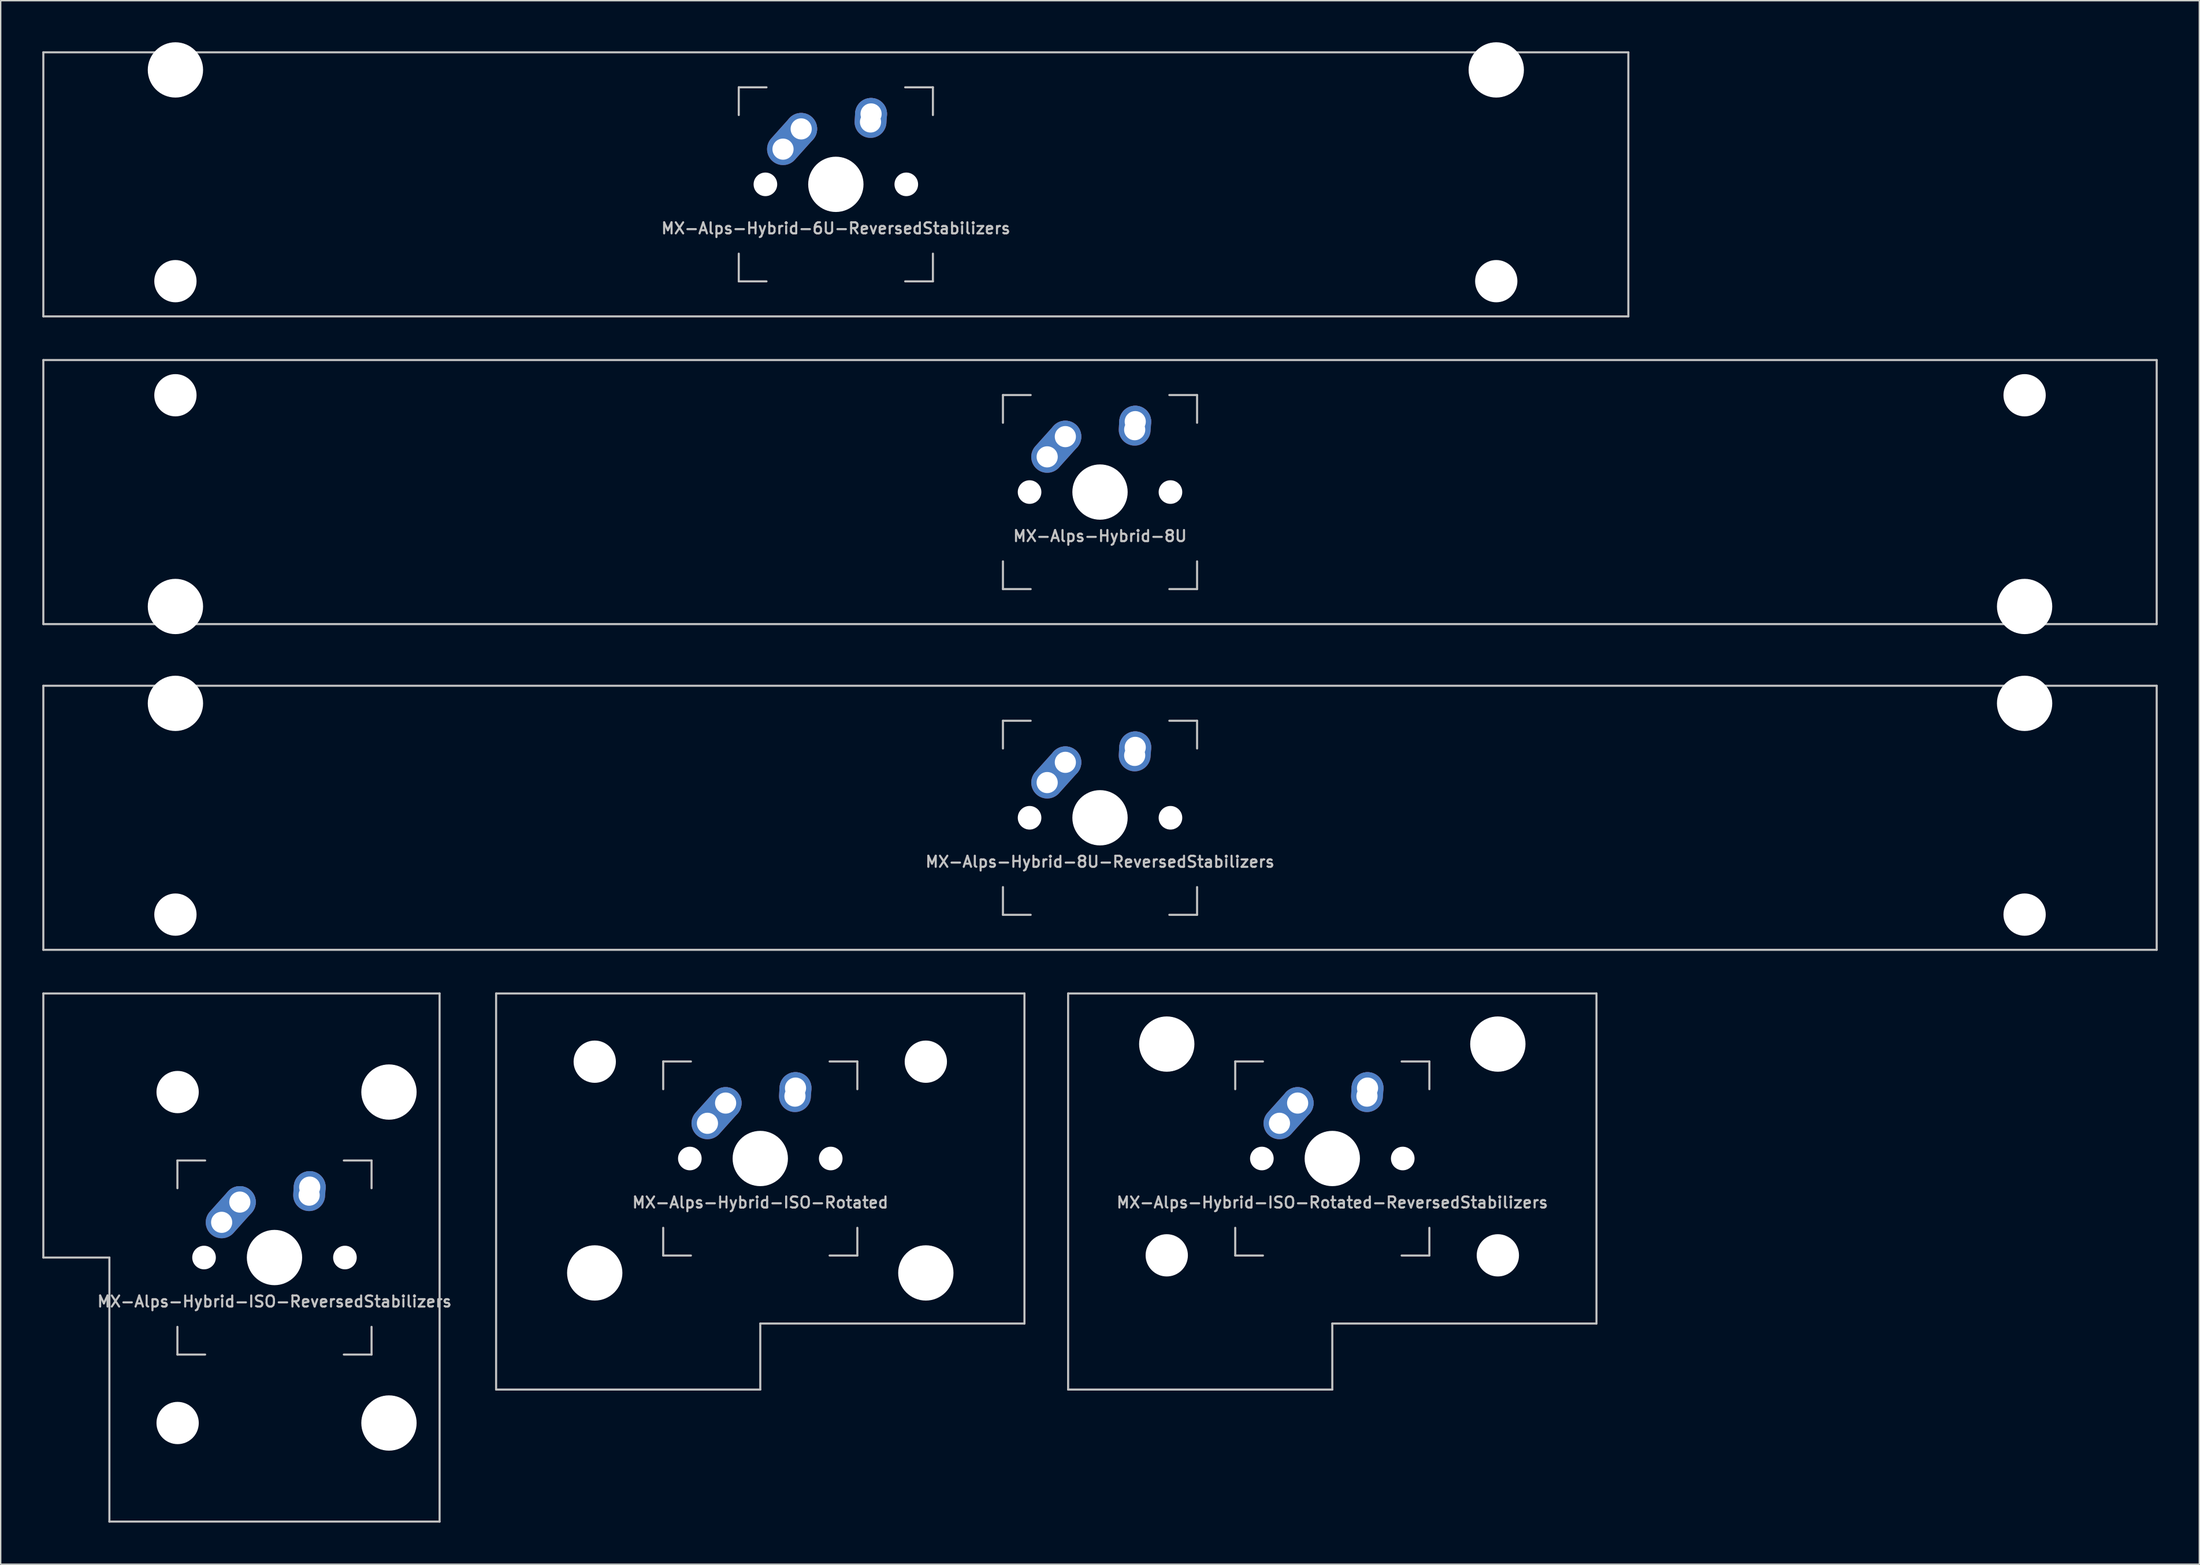
<source format=kicad_pcb>
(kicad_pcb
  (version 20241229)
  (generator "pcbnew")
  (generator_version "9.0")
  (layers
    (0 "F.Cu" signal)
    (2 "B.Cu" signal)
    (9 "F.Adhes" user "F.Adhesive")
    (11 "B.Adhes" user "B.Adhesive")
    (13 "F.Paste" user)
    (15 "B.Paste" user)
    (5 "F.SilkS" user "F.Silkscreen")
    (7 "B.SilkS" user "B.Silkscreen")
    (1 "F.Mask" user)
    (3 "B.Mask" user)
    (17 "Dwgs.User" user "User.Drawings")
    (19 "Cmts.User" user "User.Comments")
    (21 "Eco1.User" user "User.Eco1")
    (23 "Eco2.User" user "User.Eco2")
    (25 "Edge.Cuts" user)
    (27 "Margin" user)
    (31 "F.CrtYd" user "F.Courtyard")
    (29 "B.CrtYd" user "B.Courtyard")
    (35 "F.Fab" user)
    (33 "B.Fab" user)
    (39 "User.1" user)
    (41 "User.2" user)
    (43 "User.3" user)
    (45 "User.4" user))
  (footprint "MX-Alps-Hybrid-8U"
    (layer "F.Cu")
    (at 76.275 32.449)
    (property "Reference" "MX-Alps-Hybrid-8U" (at 0 3.175 0) (layer "Dwgs.User") (effects (font (size 0.8 0.8) (thickness 0.15))))
    (attr through_hole)
    (fp_line (start -76.2 9.525) (end -76.2 -9.525) (stroke (width 0.15) (type solid)) (layer "Dwgs.User"))
    (fp_line (start -7 -7) (end -7 -5) (stroke (width 0.15) (type solid)) (layer "Dwgs.User"))
    (fp_line (start -7 5) (end -7 7) (stroke (width 0.15) (type solid)) (layer "Dwgs.User"))
    (fp_line (start -7 7) (end -5 7) (stroke (width 0.15) (type solid)) (layer "Dwgs.User"))
    (fp_line (start -5 -7) (end -7 -7) (stroke (width 0.15) (type solid)) (layer "Dwgs.User"))
    (fp_line (start 5 -7) (end 7 -7) (stroke (width 0.15) (type solid)) (layer "Dwgs.User"))
    (fp_line (start 5 7) (end 7 7) (stroke (width 0.15) (type solid)) (layer "Dwgs.User"))
    (fp_line (start 7 -7) (end 7 -5) (stroke (width 0.15) (type solid)) (layer "Dwgs.User"))
    (fp_line (start 7 7) (end 7 5) (stroke (width 0.15) (type solid)) (layer "Dwgs.User"))
    (fp_line (start 76.2 -9.525) (end -76.2 -9.525) (stroke (width 0.15) (type solid)) (layer "Dwgs.User"))
    (fp_line (start 76.2 9.525) (end -76.2 9.525) (stroke (width 0.15) (type solid)) (layer "Dwgs.User"))
    (fp_line (start 76.2 9.525) (end 76.2 -9.525) (stroke (width 0.15) (type solid)) (layer "Dwgs.User"))
    (pad "" np_thru_hole circle (at -66.675 -6.985) (size 3.048 3.048) (drill 3.048) (layers "*.Cu" "*.Mask"))
    (pad "" np_thru_hole circle (at -66.675 8.255) (size 3.988 3.988) (drill 3.988) (layers "*.Cu" "*.Mask"))
    (pad "" np_thru_hole circle (at -5.08 0 48.099) (size 1.702 1.702) (drill 1.702) (layers "*.Cu" "*.Mask"))
    (pad "" np_thru_hole circle (at 0 0) (size 3.988 3.988) (drill 3.988) (layers "*.Cu" "*.Mask"))
    (pad "" np_thru_hole circle (at 5.08 0 48.099) (size 1.702 1.702) (drill 1.702) (layers "*.Cu" "*.Mask"))
    (pad "" np_thru_hole circle (at 66.675 -6.985) (size 3.048 3.048) (drill 3.048) (layers "*.Cu" "*.Mask"))
    (pad "" np_thru_hole circle (at 66.675 8.255) (size 3.988 3.988) (drill 3.988) (layers "*.Cu" "*.Mask"))
    (pad "1" thru_hole oval (at -3.81 -2.54 48.099) (size 4.262 2.3) (drill 1.524 (offset 0.981 0)) (layers "*.Cu" "B.Mask"))
    (pad "1" thru_hole circle (at -2.5 -4) (size 2.3 2.3) (drill 1.524) (layers "*.Cu" "B.Mask"))
    (pad "2" thru_hole oval (at 2.5 -4.5 86.054) (size 2.881 2.3) (drill 1.524 (offset 0.291 0)) (layers "*.Cu" "B.Mask"))
    (pad "2" thru_hole circle (at 2.54 -5.08) (size 2.3 2.3) (drill 1.524) (layers "*.Cu" "B.Mask")))
  (footprint "MX-Alps-Hybrid-8U-ReversedStabilizers"
    (layer "F.Cu")
    (at 76.275 55.947)
    (property "Reference" "MX-Alps-Hybrid-8U-ReversedStabilizers" (at 0 3.175 0) (layer "Dwgs.User") (effects (font (size 0.8 0.8) (thickness 0.15))))
    (attr through_hole)
    (fp_line (start -76.2 9.525) (end -76.2 -9.525) (stroke (width 0.15) (type solid)) (layer "Dwgs.User"))
    (fp_line (start -7 -7) (end -7 -5) (stroke (width 0.15) (type solid)) (layer "Dwgs.User"))
    (fp_line (start -7 5) (end -7 7) (stroke (width 0.15) (type solid)) (layer "Dwgs.User"))
    (fp_line (start -7 7) (end -5 7) (stroke (width 0.15) (type solid)) (layer "Dwgs.User"))
    (fp_line (start -5 -7) (end -7 -7) (stroke (width 0.15) (type solid)) (layer "Dwgs.User"))
    (fp_line (start 5 -7) (end 7 -7) (stroke (width 0.15) (type solid)) (layer "Dwgs.User"))
    (fp_line (start 5 7) (end 7 7) (stroke (width 0.15) (type solid)) (layer "Dwgs.User"))
    (fp_line (start 7 -7) (end 7 -5) (stroke (width 0.15) (type solid)) (layer "Dwgs.User"))
    (fp_line (start 7 7) (end 7 5) (stroke (width 0.15) (type solid)) (layer "Dwgs.User"))
    (fp_line (start 76.2 -9.525) (end -76.2 -9.525) (stroke (width 0.15) (type solid)) (layer "Dwgs.User"))
    (fp_line (start 76.2 9.525) (end -76.2 9.525) (stroke (width 0.15) (type solid)) (layer "Dwgs.User"))
    (fp_line (start 76.2 9.525) (end 76.2 -9.525) (stroke (width 0.15) (type solid)) (layer "Dwgs.User"))
    (pad "" np_thru_hole circle (at -66.675 -8.255) (size 3.988 3.988) (drill 3.988) (layers "*.Cu" "*.Mask"))
    (pad "" np_thru_hole circle (at -66.675 6.985) (size 3.048 3.048) (drill 3.048) (layers "*.Cu" "*.Mask"))
    (pad "" np_thru_hole circle (at -5.08 0 48.099) (size 1.702 1.702) (drill 1.702) (layers "*.Cu" "*.Mask"))
    (pad "" np_thru_hole circle (at 0 0) (size 3.988 3.988) (drill 3.988) (layers "*.Cu" "*.Mask"))
    (pad "" np_thru_hole circle (at 5.08 0 48.099) (size 1.702 1.702) (drill 1.702) (layers "*.Cu" "*.Mask"))
    (pad "" np_thru_hole circle (at 66.675 -8.255) (size 3.988 3.988) (drill 3.988) (layers "*.Cu" "*.Mask"))
    (pad "" np_thru_hole circle (at 66.675 6.985) (size 3.048 3.048) (drill 3.048) (layers "*.Cu" "*.Mask"))
    (pad "1" thru_hole oval (at -3.81 -2.54 48.099) (size 4.262 2.3) (drill 1.524 (offset 0.981 0)) (layers "*.Cu" "B.Mask"))
    (pad "1" thru_hole circle (at -2.5 -4) (size 2.3 2.3) (drill 1.524) (layers "*.Cu" "B.Mask"))
    (pad "2" thru_hole oval (at 2.5 -4.5 86.054) (size 2.881 2.3) (drill 1.524 (offset 0.291 0)) (layers "*.Cu" "B.Mask"))
    (pad "2" thru_hole circle (at 2.54 -5.08) (size 2.3 2.3) (drill 1.524) (layers "*.Cu" "B.Mask")))
  (footprint "MX-Alps-Hybrid-ISO-Rotated-ReversedStabilizers"
    (layer "F.Cu")
    (at 93.026 80.528)
    (property "Reference" "MX-Alps-Hybrid-ISO-Rotated-ReversedStabilizers" (at 0 3.175 0) (layer "Dwgs.User") (effects (font (size 0.8 0.8) (thickness 0.15))))
    (attr through_hole)
    (fp_line (start -19.05 -11.906) (end 19.05 -11.906) (stroke (width 0.15) (type solid)) (layer "Dwgs.User"))
    (fp_line (start -19.05 16.669) (end -19.05 -11.906) (stroke (width 0.15) (type solid)) (layer "Dwgs.User"))
    (fp_line (start -19.05 16.669) (end 0 16.669) (stroke (width 0.15) (type solid)) (layer "Dwgs.User"))
    (fp_line (start -7 -7) (end -7 -5) (stroke (width 0.15) (type solid)) (layer "Dwgs.User"))
    (fp_line (start -7 5) (end -7 7) (stroke (width 0.15) (type solid)) (layer "Dwgs.User"))
    (fp_line (start -7 7) (end -5 7) (stroke (width 0.15) (type solid)) (layer "Dwgs.User"))
    (fp_line (start -5 -7) (end -7 -7) (stroke (width 0.15) (type solid)) (layer "Dwgs.User"))
    (fp_line (start 0 11.906) (end 0 16.669) (stroke (width 0.15) (type solid)) (layer "Dwgs.User"))
    (fp_line (start 5 -7) (end 7 -7) (stroke (width 0.15) (type solid)) (layer "Dwgs.User"))
    (fp_line (start 5 7) (end 7 7) (stroke (width 0.15) (type solid)) (layer "Dwgs.User"))
    (fp_line (start 7 -7) (end 7 -5) (stroke (width 0.15) (type solid)) (layer "Dwgs.User"))
    (fp_line (start 7 7) (end 7 5) (stroke (width 0.15) (type solid)) (layer "Dwgs.User"))
    (fp_line (start 19.05 11.906) (end 0 11.906) (stroke (width 0.15) (type solid)) (layer "Dwgs.User"))
    (fp_line (start 19.05 11.906) (end 19.05 -11.906) (stroke (width 0.15) (type solid)) (layer "Dwgs.User"))
    (pad "" np_thru_hole circle (at -11.938 -8.255) (size 3.988 3.988) (drill 3.988) (layers "*.Cu" "*.Mask"))
    (pad "" np_thru_hole circle (at -11.938 6.985) (size 3.048 3.048) (drill 3.048) (layers "*.Cu" "*.Mask"))
    (pad "" np_thru_hole circle (at -5.08 0 48.099) (size 1.702 1.702) (drill 1.702) (layers "*.Cu" "*.Mask"))
    (pad "" np_thru_hole circle (at 0 0) (size 3.988 3.988) (drill 3.988) (layers "*.Cu" "*.Mask"))
    (pad "" np_thru_hole circle (at 5.08 0 48.099) (size 1.702 1.702) (drill 1.702) (layers "*.Cu" "*.Mask"))
    (pad "" np_thru_hole circle (at 11.938 -8.255) (size 3.988 3.988) (drill 3.988) (layers "*.Cu" "*.Mask"))
    (pad "" np_thru_hole circle (at 11.938 6.985) (size 3.048 3.048) (drill 3.048) (layers "*.Cu" "*.Mask"))
    (pad "1" thru_hole oval (at -3.81 -2.54 48.099) (size 4.262 2.3) (drill 1.524 (offset 0.981 0)) (layers "*.Cu" "B.Mask"))
    (pad "1" thru_hole circle (at -2.5 -4) (size 2.3 2.3) (drill 1.524) (layers "*.Cu" "B.Mask"))
    (pad "2" thru_hole oval (at 2.5 -4.5 86.054) (size 2.881 2.3) (drill 1.524 (offset 0.291 0)) (layers "*.Cu" "B.Mask"))
    (pad "2" thru_hole circle (at 2.54 -5.08) (size 2.3 2.3) (drill 1.524) (layers "*.Cu" "B.Mask")))
  (footprint "MX-Alps-Hybrid-6U-ReversedStabilizers"
    (layer "F.Cu")
    (at 57.225 10.249)
    (property "Reference" "MX-Alps-Hybrid-6U-ReversedStabilizers" (at 0 3.175 0) (layer "Dwgs.User") (effects (font (size 0.8 0.8) (thickness 0.15))))
    (attr through_hole)
    (fp_line (start -57.15 9.525) (end -57.15 -9.525) (stroke (width 0.15) (type solid)) (layer "Dwgs.User"))
    (fp_line (start -7 -7) (end -7 -5) (stroke (width 0.15) (type solid)) (layer "Dwgs.User"))
    (fp_line (start -7 5) (end -7 7) (stroke (width 0.15) (type solid)) (layer "Dwgs.User"))
    (fp_line (start -7 7) (end -5 7) (stroke (width 0.15) (type solid)) (layer "Dwgs.User"))
    (fp_line (start -5 -7) (end -7 -7) (stroke (width 0.15) (type solid)) (layer "Dwgs.User"))
    (fp_line (start 5 -7) (end 7 -7) (stroke (width 0.15) (type solid)) (layer "Dwgs.User"))
    (fp_line (start 5 7) (end 7 7) (stroke (width 0.15) (type solid)) (layer "Dwgs.User"))
    (fp_line (start 7 -7) (end 7 -5) (stroke (width 0.15) (type solid)) (layer "Dwgs.User"))
    (fp_line (start 7 7) (end 7 5) (stroke (width 0.15) (type solid)) (layer "Dwgs.User"))
    (fp_line (start 57.15 -9.525) (end -57.15 -9.525) (stroke (width 0.15) (type solid)) (layer "Dwgs.User"))
    (fp_line (start 57.15 9.525) (end -57.15 9.525) (stroke (width 0.15) (type solid)) (layer "Dwgs.User"))
    (fp_line (start 57.15 9.525) (end 57.15 -9.525) (stroke (width 0.15) (type solid)) (layer "Dwgs.User"))
    (pad "" np_thru_hole circle (at -47.625 -8.255) (size 3.988 3.988) (drill 3.988) (layers "*.Cu" "*.Mask"))
    (pad "" np_thru_hole circle (at -47.625 6.985) (size 3.048 3.048) (drill 3.048) (layers "*.Cu" "*.Mask"))
    (pad "" np_thru_hole circle (at -5.08 0 48.099) (size 1.702 1.702) (drill 1.702) (layers "*.Cu" "*.Mask"))
    (pad "" np_thru_hole circle (at 0 0) (size 3.988 3.988) (drill 3.988) (layers "*.Cu" "*.Mask"))
    (pad "" np_thru_hole circle (at 5.08 0 48.099) (size 1.702 1.702) (drill 1.702) (layers "*.Cu" "*.Mask"))
    (pad "" np_thru_hole circle (at 47.625 -8.255) (size 3.988 3.988) (drill 3.988) (layers "*.Cu" "*.Mask"))
    (pad "" np_thru_hole circle (at 47.625 6.985) (size 3.048 3.048) (drill 3.048) (layers "*.Cu" "*.Mask"))
    (pad "1" thru_hole oval (at -3.81 -2.54 48.099) (size 4.262 2.3) (drill 1.524 (offset 0.981 0)) (layers "*.Cu" "B.Mask"))
    (pad "1" thru_hole circle (at -2.5 -4) (size 2.3 2.3) (drill 1.524) (layers "*.Cu" "B.Mask"))
    (pad "2" thru_hole oval (at 2.5 -4.5 86.054) (size 2.881 2.3) (drill 1.524 (offset 0.291 0)) (layers "*.Cu" "B.Mask"))
    (pad "2" thru_hole circle (at 2.54 -5.08) (size 2.3 2.3) (drill 1.524) (layers "*.Cu" "B.Mask")))
  (footprint "MX-Alps-Hybrid-ISO-Rotated"
    (layer "F.Cu")
    (at 51.776 80.528)
    (property "Reference" "MX-Alps-Hybrid-ISO-Rotated" (at 0 3.175 0) (layer "Dwgs.User") (effects (font (size 0.8 0.8) (thickness 0.15))))
    (attr through_hole)
    (fp_line (start -19.05 -11.906) (end 19.05 -11.906) (stroke (width 0.15) (type solid)) (layer "Dwgs.User"))
    (fp_line (start -19.05 16.669) (end -19.05 -11.906) (stroke (width 0.15) (type solid)) (layer "Dwgs.User"))
    (fp_line (start -19.05 16.669) (end 0 16.669) (stroke (width 0.15) (type solid)) (layer "Dwgs.User"))
    (fp_line (start -7 -7) (end -7 -5) (stroke (width 0.15) (type solid)) (layer "Dwgs.User"))
    (fp_line (start -7 5) (end -7 7) (stroke (width 0.15) (type solid)) (layer "Dwgs.User"))
    (fp_line (start -7 7) (end -5 7) (stroke (width 0.15) (type solid)) (layer "Dwgs.User"))
    (fp_line (start -5 -7) (end -7 -7) (stroke (width 0.15) (type solid)) (layer "Dwgs.User"))
    (fp_line (start 0 11.906) (end 0 16.669) (stroke (width 0.15) (type solid)) (layer "Dwgs.User"))
    (fp_line (start 5 -7) (end 7 -7) (stroke (width 0.15) (type solid)) (layer "Dwgs.User"))
    (fp_line (start 5 7) (end 7 7) (stroke (width 0.15) (type solid)) (layer "Dwgs.User"))
    (fp_line (start 7 -7) (end 7 -5) (stroke (width 0.15) (type solid)) (layer "Dwgs.User"))
    (fp_line (start 7 7) (end 7 5) (stroke (width 0.15) (type solid)) (layer "Dwgs.User"))
    (fp_line (start 19.05 11.906) (end 0 11.906) (stroke (width 0.15) (type solid)) (layer "Dwgs.User"))
    (fp_line (start 19.05 11.906) (end 19.05 -11.906) (stroke (width 0.15) (type solid)) (layer "Dwgs.User"))
    (pad "" np_thru_hole circle (at -11.938 -6.985) (size 3.048 3.048) (drill 3.048) (layers "*.Cu" "*.Mask"))
    (pad "" np_thru_hole circle (at -11.938 8.255) (size 3.988 3.988) (drill 3.988) (layers "*.Cu" "*.Mask"))
    (pad "" np_thru_hole circle (at -5.08 0 48.099) (size 1.702 1.702) (drill 1.702) (layers "*.Cu" "*.Mask"))
    (pad "" np_thru_hole circle (at 0 0) (size 3.988 3.988) (drill 3.988) (layers "*.Cu" "*.Mask"))
    (pad "" np_thru_hole circle (at 5.08 0 48.099) (size 1.702 1.702) (drill 1.702) (layers "*.Cu" "*.Mask"))
    (pad "" np_thru_hole circle (at 11.938 -6.985) (size 3.048 3.048) (drill 3.048) (layers "*.Cu" "*.Mask"))
    (pad "" np_thru_hole circle (at 11.938 8.255) (size 3.988 3.988) (drill 3.988) (layers "*.Cu" "*.Mask"))
    (pad "1" thru_hole oval (at -3.81 -2.54 48.099) (size 4.262 2.3) (drill 1.524 (offset 0.981 0)) (layers "*.Cu" "B.Mask"))
    (pad "1" thru_hole circle (at -2.5 -4) (size 2.3 2.3) (drill 1.524) (layers "*.Cu" "B.Mask"))
    (pad "2" thru_hole oval (at 2.5 -4.5 86.054) (size 2.881 2.3) (drill 1.524 (offset 0.291 0)) (layers "*.Cu" "B.Mask"))
    (pad "2" thru_hole circle (at 2.54 -5.08) (size 2.3 2.3) (drill 1.524) (layers "*.Cu" "B.Mask")))
  (footprint "MX-Alps-Hybrid-ISO-ReversedStabilizers"
    (layer "F.Cu")
    (at 16.744 87.672)
    (property "Reference" "MX-Alps-Hybrid-ISO-ReversedStabilizers" (at 0 3.175 0) (layer "Dwgs.User") (effects (font (size 0.8 0.8) (thickness 0.15))))
    (attr through_hole)
    (fp_line (start -16.669 -19.05) (end -16.669 0) (stroke (width 0.15) (type solid)) (layer "Dwgs.User"))
    (fp_line (start -16.669 -19.05) (end 11.906 -19.05) (stroke (width 0.15) (type solid)) (layer "Dwgs.User"))
    (fp_line (start -11.906 0) (end -16.669 0) (stroke (width 0.15) (type solid)) (layer "Dwgs.User"))
    (fp_line (start -11.906 19.05) (end -11.906 0) (stroke (width 0.15) (type solid)) (layer "Dwgs.User"))
    (fp_line (start -11.906 19.05) (end 11.906 19.05) (stroke (width 0.15) (type solid)) (layer "Dwgs.User"))
    (fp_line (start -7 -7) (end -7 -5) (stroke (width 0.15) (type solid)) (layer "Dwgs.User"))
    (fp_line (start -7 5) (end -7 7) (stroke (width 0.15) (type solid)) (layer "Dwgs.User"))
    (fp_line (start -7 7) (end -5 7) (stroke (width 0.15) (type solid)) (layer "Dwgs.User"))
    (fp_line (start -5 -7) (end -7 -7) (stroke (width 0.15) (type solid)) (layer "Dwgs.User"))
    (fp_line (start 5 -7) (end 7 -7) (stroke (width 0.15) (type solid)) (layer "Dwgs.User"))
    (fp_line (start 5 7) (end 7 7) (stroke (width 0.15) (type solid)) (layer "Dwgs.User"))
    (fp_line (start 7 -7) (end 7 -5) (stroke (width 0.15) (type solid)) (layer "Dwgs.User"))
    (fp_line (start 7 7) (end 7 5) (stroke (width 0.15) (type solid)) (layer "Dwgs.User"))
    (fp_line (start 11.906 -19.05) (end 11.906 19.05) (stroke (width 0.15) (type solid)) (layer "Dwgs.User"))
    (pad "" np_thru_hole circle (at -6.985 -11.938) (size 3.048 3.048) (drill 3.048) (layers "*.Cu" "*.Mask"))
    (pad "" np_thru_hole circle (at -6.985 11.938) (size 3.048 3.048) (drill 3.048) (layers "*.Cu" "*.Mask"))
    (pad "" np_thru_hole circle (at -5.08 0 48.099) (size 1.702 1.702) (drill 1.702) (layers "*.Cu" "*.Mask"))
    (pad "" np_thru_hole circle (at 0 0) (size 3.988 3.988) (drill 3.988) (layers "*.Cu" "*.Mask"))
    (pad "" np_thru_hole circle (at 5.08 0 48.099) (size 1.702 1.702) (drill 1.702) (layers "*.Cu" "*.Mask"))
    (pad "" np_thru_hole circle (at 8.255 -11.938) (size 3.988 3.988) (drill 3.988) (layers "*.Cu" "*.Mask"))
    (pad "" np_thru_hole circle (at 8.255 11.938) (size 3.988 3.988) (drill 3.988) (layers "*.Cu" "*.Mask"))
    (pad "1" thru_hole oval (at -3.81 -2.54 48.099) (size 4.262 2.3) (drill 1.524 (offset 0.981 0)) (layers "*.Cu" "B.Mask"))
    (pad "1" thru_hole circle (at -2.5 -4) (size 2.3 2.3) (drill 1.524) (layers "*.Cu" "B.Mask"))
    (pad "2" thru_hole oval (at 2.5 -4.5 86.054) (size 2.881 2.3) (drill 1.524 (offset 0.291 0)) (layers "*.Cu" "B.Mask"))
    (pad "2" thru_hole circle (at 2.54 -5.08) (size 2.3 2.3) (drill 1.524) (layers "*.Cu" "B.Mask")))
  (gr_rect
    (start -3 -3)
    (end 155.55 109.797)
    (stroke (width 0.1) (type default))
    (fill no)
    (layer "Edge.Cuts")))
</source>
